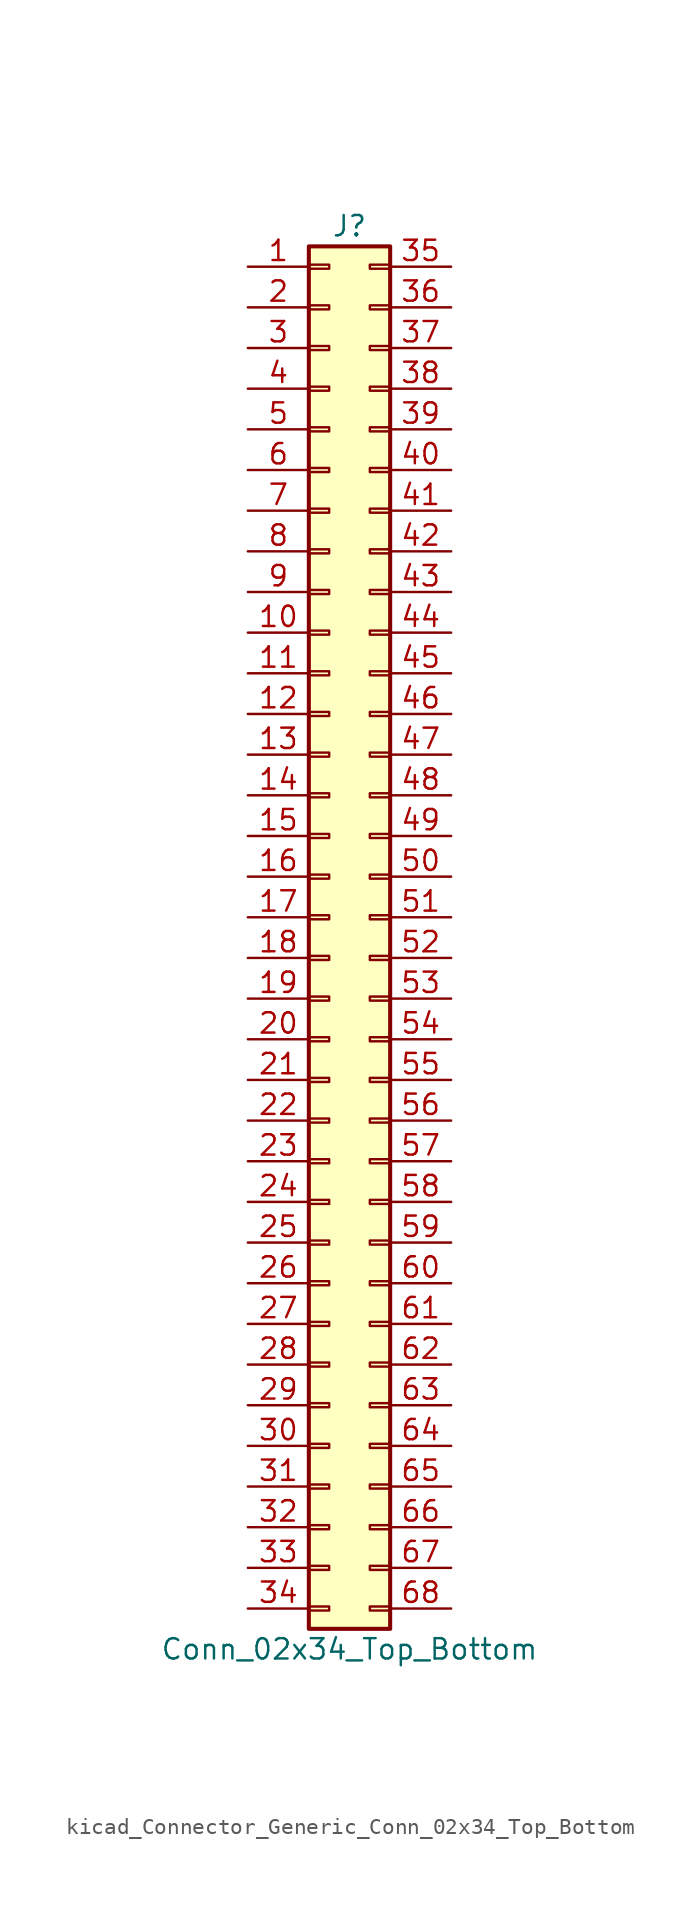
<source format=kicad_sym>
(kicad_symbol_lib
  (version 20220914)
  (generator kicad_symbol_editor)
  (symbol "kicad_Connector_Generic_Conn_02x34_Top_Bottom"
    (pin_names
      (offset 1.016) hide)
    (property "Reference" "J"
      (at 1.27 43.18 0)
      (effects (font (size 1.27 1.27))))
    (property "Value" "Conn_02x34_Top_Bottom"
      (at 1.27 -45.72 0)
      (effects (font (size 1.27 1.27))))
    (symbol "kicad_Connector_Generic_Conn_02x34_Top_Bottom_1_1"
      (rectangle (start -1.27 -43.053) (end 0 -43.307) (stroke (width 0.152) (type default)) (fill (type none)))
      (rectangle (start -1.27 -40.513) (end 0 -40.767) (stroke (width 0.152) (type default)) (fill (type none)))
      (rectangle (start -1.27 -37.973) (end 0 -38.227) (stroke (width 0.152) (type default)) (fill (type none)))
      (rectangle (start -1.27 -35.433) (end 0 -35.687) (stroke (width 0.152) (type default)) (fill (type none)))
      (rectangle (start -1.27 -32.893) (end 0 -33.147) (stroke (width 0.152) (type default)) (fill (type none)))
      (rectangle (start -1.27 -30.353) (end 0 -30.607) (stroke (width 0.152) (type default)) (fill (type none)))
      (rectangle (start -1.27 -27.813) (end 0 -28.067) (stroke (width 0.152) (type default)) (fill (type none)))
      (rectangle (start -1.27 -25.273) (end 0 -25.527) (stroke (width 0.152) (type default)) (fill (type none)))
      (rectangle (start -1.27 -22.733) (end 0 -22.987) (stroke (width 0.152) (type default)) (fill (type none)))
      (rectangle (start -1.27 -20.193) (end 0 -20.447) (stroke (width 0.152) (type default)) (fill (type none)))
      (rectangle (start -1.27 -17.653) (end 0 -17.907) (stroke (width 0.152) (type default)) (fill (type none)))
      (rectangle (start -1.27 -15.113) (end 0 -15.367) (stroke (width 0.152) (type default)) (fill (type none)))
      (rectangle (start -1.27 -12.573) (end 0 -12.827) (stroke (width 0.152) (type default)) (fill (type none)))
      (rectangle (start -1.27 -10.033) (end 0 -10.287) (stroke (width 0.152) (type default)) (fill (type none)))
      (rectangle (start -1.27 -7.493) (end 0 -7.747) (stroke (width 0.152) (type default)) (fill (type none)))
      (rectangle (start -1.27 -4.953) (end 0 -5.207) (stroke (width 0.152) (type default)) (fill (type none)))
      (rectangle (start -1.27 -2.413) (end 0 -2.667) (stroke (width 0.152) (type default)) (fill (type none)))
      (rectangle (start -1.27 0.127) (end 0 -0.127) (stroke (width 0.152) (type default)) (fill (type none)))
      (rectangle (start -1.27 2.667) (end 0 2.413) (stroke (width 0.152) (type default)) (fill (type none)))
      (rectangle (start -1.27 5.207) (end 0 4.953) (stroke (width 0.152) (type default)) (fill (type none)))
      (rectangle (start -1.27 7.747) (end 0 7.493) (stroke (width 0.152) (type default)) (fill (type none)))
      (rectangle (start -1.27 10.287) (end 0 10.033) (stroke (width 0.152) (type default)) (fill (type none)))
      (rectangle (start -1.27 12.827) (end 0 12.573) (stroke (width 0.152) (type default)) (fill (type none)))
      (rectangle (start -1.27 15.367) (end 0 15.113) (stroke (width 0.152) (type default)) (fill (type none)))
      (rectangle (start -1.27 17.907) (end 0 17.653) (stroke (width 0.152) (type default)) (fill (type none)))
      (rectangle (start -1.27 20.447) (end 0 20.193) (stroke (width 0.152) (type default)) (fill (type none)))
      (rectangle (start -1.27 22.987) (end 0 22.733) (stroke (width 0.152) (type default)) (fill (type none)))
      (rectangle (start -1.27 25.527) (end 0 25.273) (stroke (width 0.152) (type default)) (fill (type none)))
      (rectangle (start -1.27 28.067) (end 0 27.813) (stroke (width 0.152) (type default)) (fill (type none)))
      (rectangle (start -1.27 30.607) (end 0 30.353) (stroke (width 0.152) (type default)) (fill (type none)))
      (rectangle (start -1.27 33.147) (end 0 32.893) (stroke (width 0.152) (type default)) (fill (type none)))
      (rectangle (start -1.27 35.687) (end 0 35.433) (stroke (width 0.152) (type default)) (fill (type none)))
      (rectangle (start -1.27 38.227) (end 0 37.973) (stroke (width 0.152) (type default)) (fill (type none)))
      (rectangle (start -1.27 40.767) (end 0 40.513) (stroke (width 0.152) (type default)) (fill (type none)))
      (rectangle (start -1.27 41.91) (end 3.81 -44.45) (stroke (width 0.254) (type default)) (fill (type background)))
      (rectangle (start 3.81 -43.053) (end 2.54 -43.307) (stroke (width 0.152) (type default)) (fill (type none)))
      (rectangle (start 3.81 -40.513) (end 2.54 -40.767) (stroke (width 0.152) (type default)) (fill (type none)))
      (rectangle (start 3.81 -37.973) (end 2.54 -38.227) (stroke (width 0.152) (type default)) (fill (type none)))
      (rectangle (start 3.81 -35.433) (end 2.54 -35.687) (stroke (width 0.152) (type default)) (fill (type none)))
      (rectangle (start 3.81 -32.893) (end 2.54 -33.147) (stroke (width 0.152) (type default)) (fill (type none)))
      (rectangle (start 3.81 -30.353) (end 2.54 -30.607) (stroke (width 0.152) (type default)) (fill (type none)))
      (rectangle (start 3.81 -27.813) (end 2.54 -28.067) (stroke (width 0.152) (type default)) (fill (type none)))
      (rectangle (start 3.81 -25.273) (end 2.54 -25.527) (stroke (width 0.152) (type default)) (fill (type none)))
      (rectangle (start 3.81 -22.733) (end 2.54 -22.987) (stroke (width 0.152) (type default)) (fill (type none)))
      (rectangle (start 3.81 -20.193) (end 2.54 -20.447) (stroke (width 0.152) (type default)) (fill (type none)))
      (rectangle (start 3.81 -17.653) (end 2.54 -17.907) (stroke (width 0.152) (type default)) (fill (type none)))
      (rectangle (start 3.81 -15.113) (end 2.54 -15.367) (stroke (width 0.152) (type default)) (fill (type none)))
      (rectangle (start 3.81 -12.573) (end 2.54 -12.827) (stroke (width 0.152) (type default)) (fill (type none)))
      (rectangle (start 3.81 -10.033) (end 2.54 -10.287) (stroke (width 0.152) (type default)) (fill (type none)))
      (rectangle (start 3.81 -7.493) (end 2.54 -7.747) (stroke (width 0.152) (type default)) (fill (type none)))
      (rectangle (start 3.81 -4.953) (end 2.54 -5.207) (stroke (width 0.152) (type default)) (fill (type none)))
      (rectangle (start 3.81 -2.413) (end 2.54 -2.667) (stroke (width 0.152) (type default)) (fill (type none)))
      (rectangle (start 3.81 0.127) (end 2.54 -0.127) (stroke (width 0.152) (type default)) (fill (type none)))
      (rectangle (start 3.81 2.667) (end 2.54 2.413) (stroke (width 0.152) (type default)) (fill (type none)))
      (rectangle (start 3.81 5.207) (end 2.54 4.953) (stroke (width 0.152) (type default)) (fill (type none)))
      (rectangle (start 3.81 7.747) (end 2.54 7.493) (stroke (width 0.152) (type default)) (fill (type none)))
      (rectangle (start 3.81 10.287) (end 2.54 10.033) (stroke (width 0.152) (type default)) (fill (type none)))
      (rectangle (start 3.81 12.827) (end 2.54 12.573) (stroke (width 0.152) (type default)) (fill (type none)))
      (rectangle (start 3.81 15.367) (end 2.54 15.113) (stroke (width 0.152) (type default)) (fill (type none)))
      (rectangle (start 3.81 17.907) (end 2.54 17.653) (stroke (width 0.152) (type default)) (fill (type none)))
      (rectangle (start 3.81 20.447) (end 2.54 20.193) (stroke (width 0.152) (type default)) (fill (type none)))
      (rectangle (start 3.81 22.987) (end 2.54 22.733) (stroke (width 0.152) (type default)) (fill (type none)))
      (rectangle (start 3.81 25.527) (end 2.54 25.273) (stroke (width 0.152) (type default)) (fill (type none)))
      (rectangle (start 3.81 28.067) (end 2.54 27.813) (stroke (width 0.152) (type default)) (fill (type none)))
      (rectangle (start 3.81 30.607) (end 2.54 30.353) (stroke (width 0.152) (type default)) (fill (type none)))
      (rectangle (start 3.81 33.147) (end 2.54 32.893) (stroke (width 0.152) (type default)) (fill (type none)))
      (rectangle (start 3.81 35.687) (end 2.54 35.433) (stroke (width 0.152) (type default)) (fill (type none)))
      (rectangle (start 3.81 38.227) (end 2.54 37.973) (stroke (width 0.152) (type default)) (fill (type none)))
      (rectangle (start 3.81 40.767) (end 2.54 40.513) (stroke (width 0.152) (type default)) (fill (type none)))
      (pin passive line (at -5.08 40.64 0) (length 3.81) (name "Pin_1" (effects (font (size 1.27 1.27)))) (number "1" (effects (font (size 1.27 1.27)))))
      (pin passive line (at -5.08 17.78 0) (length 3.81) (name "Pin_10" (effects (font (size 1.27 1.27)))) (number "10" (effects (font (size 1.27 1.27)))))
      (pin passive line (at -5.08 15.24 0) (length 3.81) (name "Pin_11" (effects (font (size 1.27 1.27)))) (number "11" (effects (font (size 1.27 1.27)))))
      (pin passive line (at -5.08 12.7 0) (length 3.81) (name "Pin_12" (effects (font (size 1.27 1.27)))) (number "12" (effects (font (size 1.27 1.27)))))
      (pin passive line (at -5.08 10.16 0) (length 3.81) (name "Pin_13" (effects (font (size 1.27 1.27)))) (number "13" (effects (font (size 1.27 1.27)))))
      (pin passive line (at -5.08 7.62 0) (length 3.81) (name "Pin_14" (effects (font (size 1.27 1.27)))) (number "14" (effects (font (size 1.27 1.27)))))
      (pin passive line (at -5.08 5.08 0) (length 3.81) (name "Pin_15" (effects (font (size 1.27 1.27)))) (number "15" (effects (font (size 1.27 1.27)))))
      (pin passive line (at -5.08 2.54 0) (length 3.81) (name "Pin_16" (effects (font (size 1.27 1.27)))) (number "16" (effects (font (size 1.27 1.27)))))
      (pin passive line (at -5.08 0 0) (length 3.81) (name "Pin_17" (effects (font (size 1.27 1.27)))) (number "17" (effects (font (size 1.27 1.27)))))
      (pin passive line (at -5.08 -2.54 0) (length 3.81) (name "Pin_18" (effects (font (size 1.27 1.27)))) (number "18" (effects (font (size 1.27 1.27)))))
      (pin passive line (at -5.08 -5.08 0) (length 3.81) (name "Pin_19" (effects (font (size 1.27 1.27)))) (number "19" (effects (font (size 1.27 1.27)))))
      (pin passive line (at -5.08 38.1 0) (length 3.81) (name "Pin_2" (effects (font (size 1.27 1.27)))) (number "2" (effects (font (size 1.27 1.27)))))
      (pin passive line (at -5.08 -7.62 0) (length 3.81) (name "Pin_20" (effects (font (size 1.27 1.27)))) (number "20" (effects (font (size 1.27 1.27)))))
      (pin passive line (at -5.08 -10.16 0) (length 3.81) (name "Pin_21" (effects (font (size 1.27 1.27)))) (number "21" (effects (font (size 1.27 1.27)))))
      (pin passive line (at -5.08 -12.7 0) (length 3.81) (name "Pin_22" (effects (font (size 1.27 1.27)))) (number "22" (effects (font (size 1.27 1.27)))))
      (pin passive line (at -5.08 -15.24 0) (length 3.81) (name "Pin_23" (effects (font (size 1.27 1.27)))) (number "23" (effects (font (size 1.27 1.27)))))
      (pin passive line (at -5.08 -17.78 0) (length 3.81) (name "Pin_24" (effects (font (size 1.27 1.27)))) (number "24" (effects (font (size 1.27 1.27)))))
      (pin passive line (at -5.08 -20.32 0) (length 3.81) (name "Pin_25" (effects (font (size 1.27 1.27)))) (number "25" (effects (font (size 1.27 1.27)))))
      (pin passive line (at -5.08 -22.86 0) (length 3.81) (name "Pin_26" (effects (font (size 1.27 1.27)))) (number "26" (effects (font (size 1.27 1.27)))))
      (pin passive line (at -5.08 -25.4 0) (length 3.81) (name "Pin_27" (effects (font (size 1.27 1.27)))) (number "27" (effects (font (size 1.27 1.27)))))
      (pin passive line (at -5.08 -27.94 0) (length 3.81) (name "Pin_28" (effects (font (size 1.27 1.27)))) (number "28" (effects (font (size 1.27 1.27)))))
      (pin passive line (at -5.08 -30.48 0) (length 3.81) (name "Pin_29" (effects (font (size 1.27 1.27)))) (number "29" (effects (font (size 1.27 1.27)))))
      (pin passive line (at -5.08 35.56 0) (length 3.81) (name "Pin_3" (effects (font (size 1.27 1.27)))) (number "3" (effects (font (size 1.27 1.27)))))
      (pin passive line (at -5.08 -33.02 0) (length 3.81) (name "Pin_30" (effects (font (size 1.27 1.27)))) (number "30" (effects (font (size 1.27 1.27)))))
      (pin passive line (at -5.08 -35.56 0) (length 3.81) (name "Pin_31" (effects (font (size 1.27 1.27)))) (number "31" (effects (font (size 1.27 1.27)))))
      (pin passive line (at -5.08 -38.1 0) (length 3.81) (name "Pin_32" (effects (font (size 1.27 1.27)))) (number "32" (effects (font (size 1.27 1.27)))))
      (pin passive line (at -5.08 -40.64 0) (length 3.81) (name "Pin_33" (effects (font (size 1.27 1.27)))) (number "33" (effects (font (size 1.27 1.27)))))
      (pin passive line (at -5.08 -43.18 0) (length 3.81) (name "Pin_34" (effects (font (size 1.27 1.27)))) (number "34" (effects (font (size 1.27 1.27)))))
      (pin passive line (at 7.62 40.64 180) (length 3.81) (name "Pin_35" (effects (font (size 1.27 1.27)))) (number "35" (effects (font (size 1.27 1.27)))))
      (pin passive line (at 7.62 38.1 180) (length 3.81) (name "Pin_36" (effects (font (size 1.27 1.27)))) (number "36" (effects (font (size 1.27 1.27)))))
      (pin passive line (at 7.62 35.56 180) (length 3.81) (name "Pin_37" (effects (font (size 1.27 1.27)))) (number "37" (effects (font (size 1.27 1.27)))))
      (pin passive line (at 7.62 33.02 180) (length 3.81) (name "Pin_38" (effects (font (size 1.27 1.27)))) (number "38" (effects (font (size 1.27 1.27)))))
      (pin passive line (at 7.62 30.48 180) (length 3.81) (name "Pin_39" (effects (font (size 1.27 1.27)))) (number "39" (effects (font (size 1.27 1.27)))))
      (pin passive line (at -5.08 33.02 0) (length 3.81) (name "Pin_4" (effects (font (size 1.27 1.27)))) (number "4" (effects (font (size 1.27 1.27)))))
      (pin passive line (at 7.62 27.94 180) (length 3.81) (name "Pin_40" (effects (font (size 1.27 1.27)))) (number "40" (effects (font (size 1.27 1.27)))))
      (pin passive line (at 7.62 25.4 180) (length 3.81) (name "Pin_41" (effects (font (size 1.27 1.27)))) (number "41" (effects (font (size 1.27 1.27)))))
      (pin passive line (at 7.62 22.86 180) (length 3.81) (name "Pin_42" (effects (font (size 1.27 1.27)))) (number "42" (effects (font (size 1.27 1.27)))))
      (pin passive line (at 7.62 20.32 180) (length 3.81) (name "Pin_43" (effects (font (size 1.27 1.27)))) (number "43" (effects (font (size 1.27 1.27)))))
      (pin passive line (at 7.62 17.78 180) (length 3.81) (name "Pin_44" (effects (font (size 1.27 1.27)))) (number "44" (effects (font (size 1.27 1.27)))))
      (pin passive line (at 7.62 15.24 180) (length 3.81) (name "Pin_45" (effects (font (size 1.27 1.27)))) (number "45" (effects (font (size 1.27 1.27)))))
      (pin passive line (at 7.62 12.7 180) (length 3.81) (name "Pin_46" (effects (font (size 1.27 1.27)))) (number "46" (effects (font (size 1.27 1.27)))))
      (pin passive line (at 7.62 10.16 180) (length 3.81) (name "Pin_47" (effects (font (size 1.27 1.27)))) (number "47" (effects (font (size 1.27 1.27)))))
      (pin passive line (at 7.62 7.62 180) (length 3.81) (name "Pin_48" (effects (font (size 1.27 1.27)))) (number "48" (effects (font (size 1.27 1.27)))))
      (pin passive line (at 7.62 5.08 180) (length 3.81) (name "Pin_49" (effects (font (size 1.27 1.27)))) (number "49" (effects (font (size 1.27 1.27)))))
      (pin passive line (at -5.08 30.48 0) (length 3.81) (name "Pin_5" (effects (font (size 1.27 1.27)))) (number "5" (effects (font (size 1.27 1.27)))))
      (pin passive line (at 7.62 2.54 180) (length 3.81) (name "Pin_50" (effects (font (size 1.27 1.27)))) (number "50" (effects (font (size 1.27 1.27)))))
      (pin passive line (at 7.62 0 180) (length 3.81) (name "Pin_51" (effects (font (size 1.27 1.27)))) (number "51" (effects (font (size 1.27 1.27)))))
      (pin passive line (at 7.62 -2.54 180) (length 3.81) (name "Pin_52" (effects (font (size 1.27 1.27)))) (number "52" (effects (font (size 1.27 1.27)))))
      (pin passive line (at 7.62 -5.08 180) (length 3.81) (name "Pin_53" (effects (font (size 1.27 1.27)))) (number "53" (effects (font (size 1.27 1.27)))))
      (pin passive line (at 7.62 -7.62 180) (length 3.81) (name "Pin_54" (effects (font (size 1.27 1.27)))) (number "54" (effects (font (size 1.27 1.27)))))
      (pin passive line (at 7.62 -10.16 180) (length 3.81) (name "Pin_55" (effects (font (size 1.27 1.27)))) (number "55" (effects (font (size 1.27 1.27)))))
      (pin passive line (at 7.62 -12.7 180) (length 3.81) (name "Pin_56" (effects (font (size 1.27 1.27)))) (number "56" (effects (font (size 1.27 1.27)))))
      (pin passive line (at 7.62 -15.24 180) (length 3.81) (name "Pin_57" (effects (font (size 1.27 1.27)))) (number "57" (effects (font (size 1.27 1.27)))))
      (pin passive line (at 7.62 -17.78 180) (length 3.81) (name "Pin_58" (effects (font (size 1.27 1.27)))) (number "58" (effects (font (size 1.27 1.27)))))
      (pin passive line (at 7.62 -20.32 180) (length 3.81) (name "Pin_59" (effects (font (size 1.27 1.27)))) (number "59" (effects (font (size 1.27 1.27)))))
      (pin passive line (at -5.08 27.94 0) (length 3.81) (name "Pin_6" (effects (font (size 1.27 1.27)))) (number "6" (effects (font (size 1.27 1.27)))))
      (pin passive line (at 7.62 -22.86 180) (length 3.81) (name "Pin_60" (effects (font (size 1.27 1.27)))) (number "60" (effects (font (size 1.27 1.27)))))
      (pin passive line (at 7.62 -25.4 180) (length 3.81) (name "Pin_61" (effects (font (size 1.27 1.27)))) (number "61" (effects (font (size 1.27 1.27)))))
      (pin passive line (at 7.62 -27.94 180) (length 3.81) (name "Pin_62" (effects (font (size 1.27 1.27)))) (number "62" (effects (font (size 1.27 1.27)))))
      (pin passive line (at 7.62 -30.48 180) (length 3.81) (name "Pin_63" (effects (font (size 1.27 1.27)))) (number "63" (effects (font (size 1.27 1.27)))))
      (pin passive line (at 7.62 -33.02 180) (length 3.81) (name "Pin_64" (effects (font (size 1.27 1.27)))) (number "64" (effects (font (size 1.27 1.27)))))
      (pin passive line (at 7.62 -35.56 180) (length 3.81) (name "Pin_65" (effects (font (size 1.27 1.27)))) (number "65" (effects (font (size 1.27 1.27)))))
      (pin passive line (at 7.62 -38.1 180) (length 3.81) (name "Pin_66" (effects (font (size 1.27 1.27)))) (number "66" (effects (font (size 1.27 1.27)))))
      (pin passive line (at 7.62 -40.64 180) (length 3.81) (name "Pin_67" (effects (font (size 1.27 1.27)))) (number "67" (effects (font (size 1.27 1.27)))))
      (pin passive line (at 7.62 -43.18 180) (length 3.81) (name "Pin_68" (effects (font (size 1.27 1.27)))) (number "68" (effects (font (size 1.27 1.27)))))
      (pin passive line (at -5.08 25.4 0) (length 3.81) (name "Pin_7" (effects (font (size 1.27 1.27)))) (number "7" (effects (font (size 1.27 1.27)))))
      (pin passive line (at -5.08 22.86 0) (length 3.81) (name "Pin_8" (effects (font (size 1.27 1.27)))) (number "8" (effects (font (size 1.27 1.27)))))
      (pin passive line (at -5.08 20.32 0) (length 3.81) (name "Pin_9" (effects (font (size 1.27 1.27)))) (number "9" (effects (font (size 1.27 1.27))))))))
</source>
